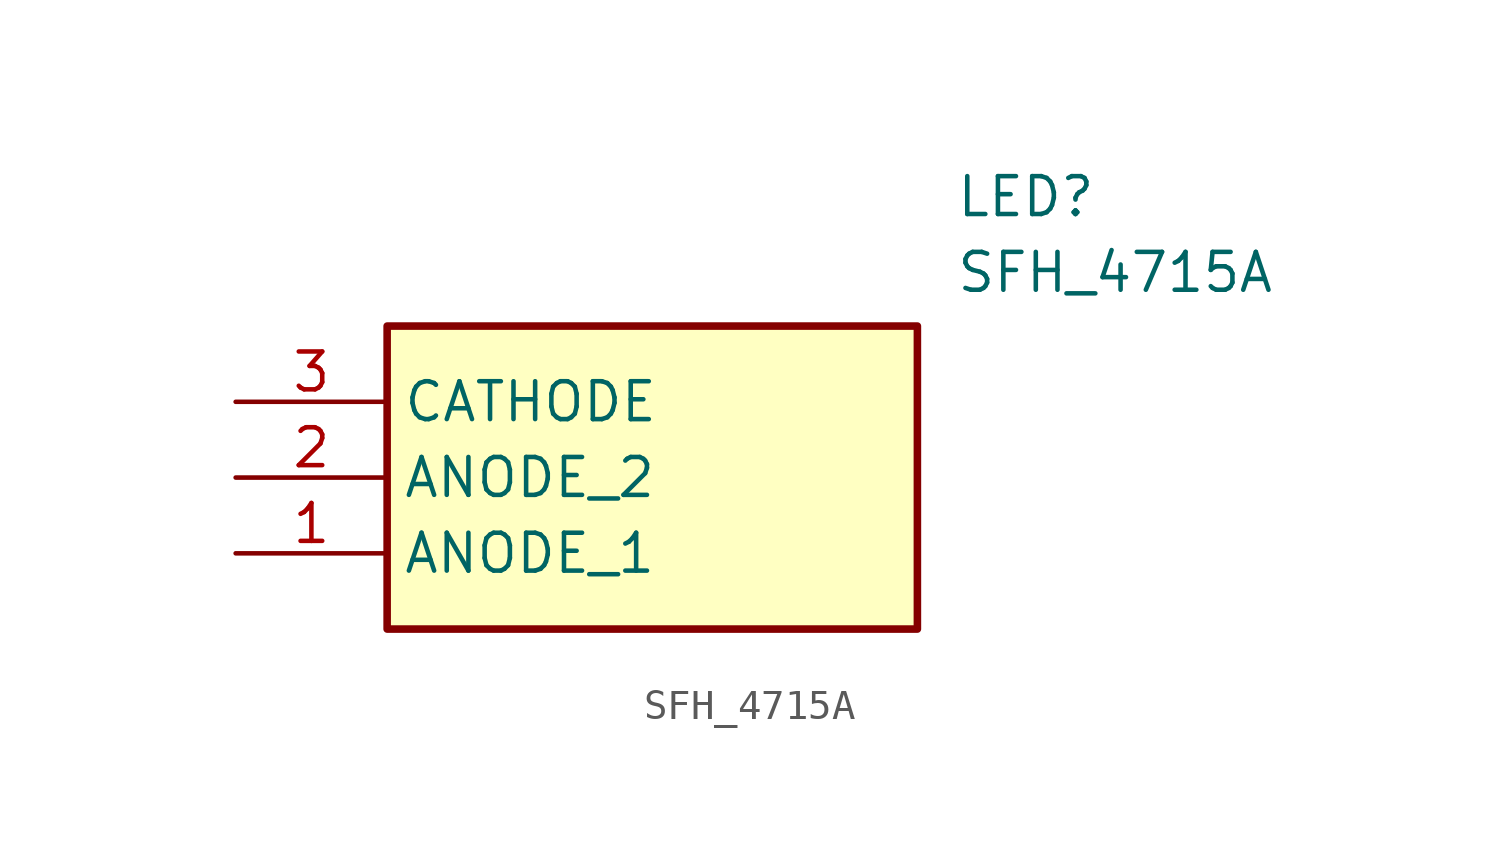
<source format=kicad_sym>
(kicad_symbol_lib
  (version 20211014)
  (generator SamacSys_ECAD_Model)
  (symbol "SFH_4715A"
    (property "Reference" "LED"
      (at 24.13 7.62 0)
      (effects (font (size 1.27 1.27)) (justify left top)))
    (property "Value" "SFH_4715A"
      (at 24.13 5.08 0)
      (effects (font (size 1.27 1.27)) (justify left top)))
    (rectangle
      (start 5.08 2.54)
      (end 22.86 -7.62)
      (stroke (width 0.254) (type default))
      (fill (type background)))
    (pin passive line
      (at 0 -5.08 0)
      (length 5.08)
      (name "ANODE_1" (effects (font (size 1.27 1.27))))
      (number "1" (effects (font (size 1.27 1.27)))))
    (pin passive line
      (at 0 -2.54 0)
      (length 5.08)
      (name "ANODE_2" (effects (font (size 1.27 1.27))))
      (number "2" (effects (font (size 1.27 1.27)))))
    (pin passive line
      (at 0 0 0)
      (length 5.08)
      (name "CATHODE" (effects (font (size 1.27 1.27))))
      (number "3" (effects (font (size 1.27 1.27)))))))
</source>
